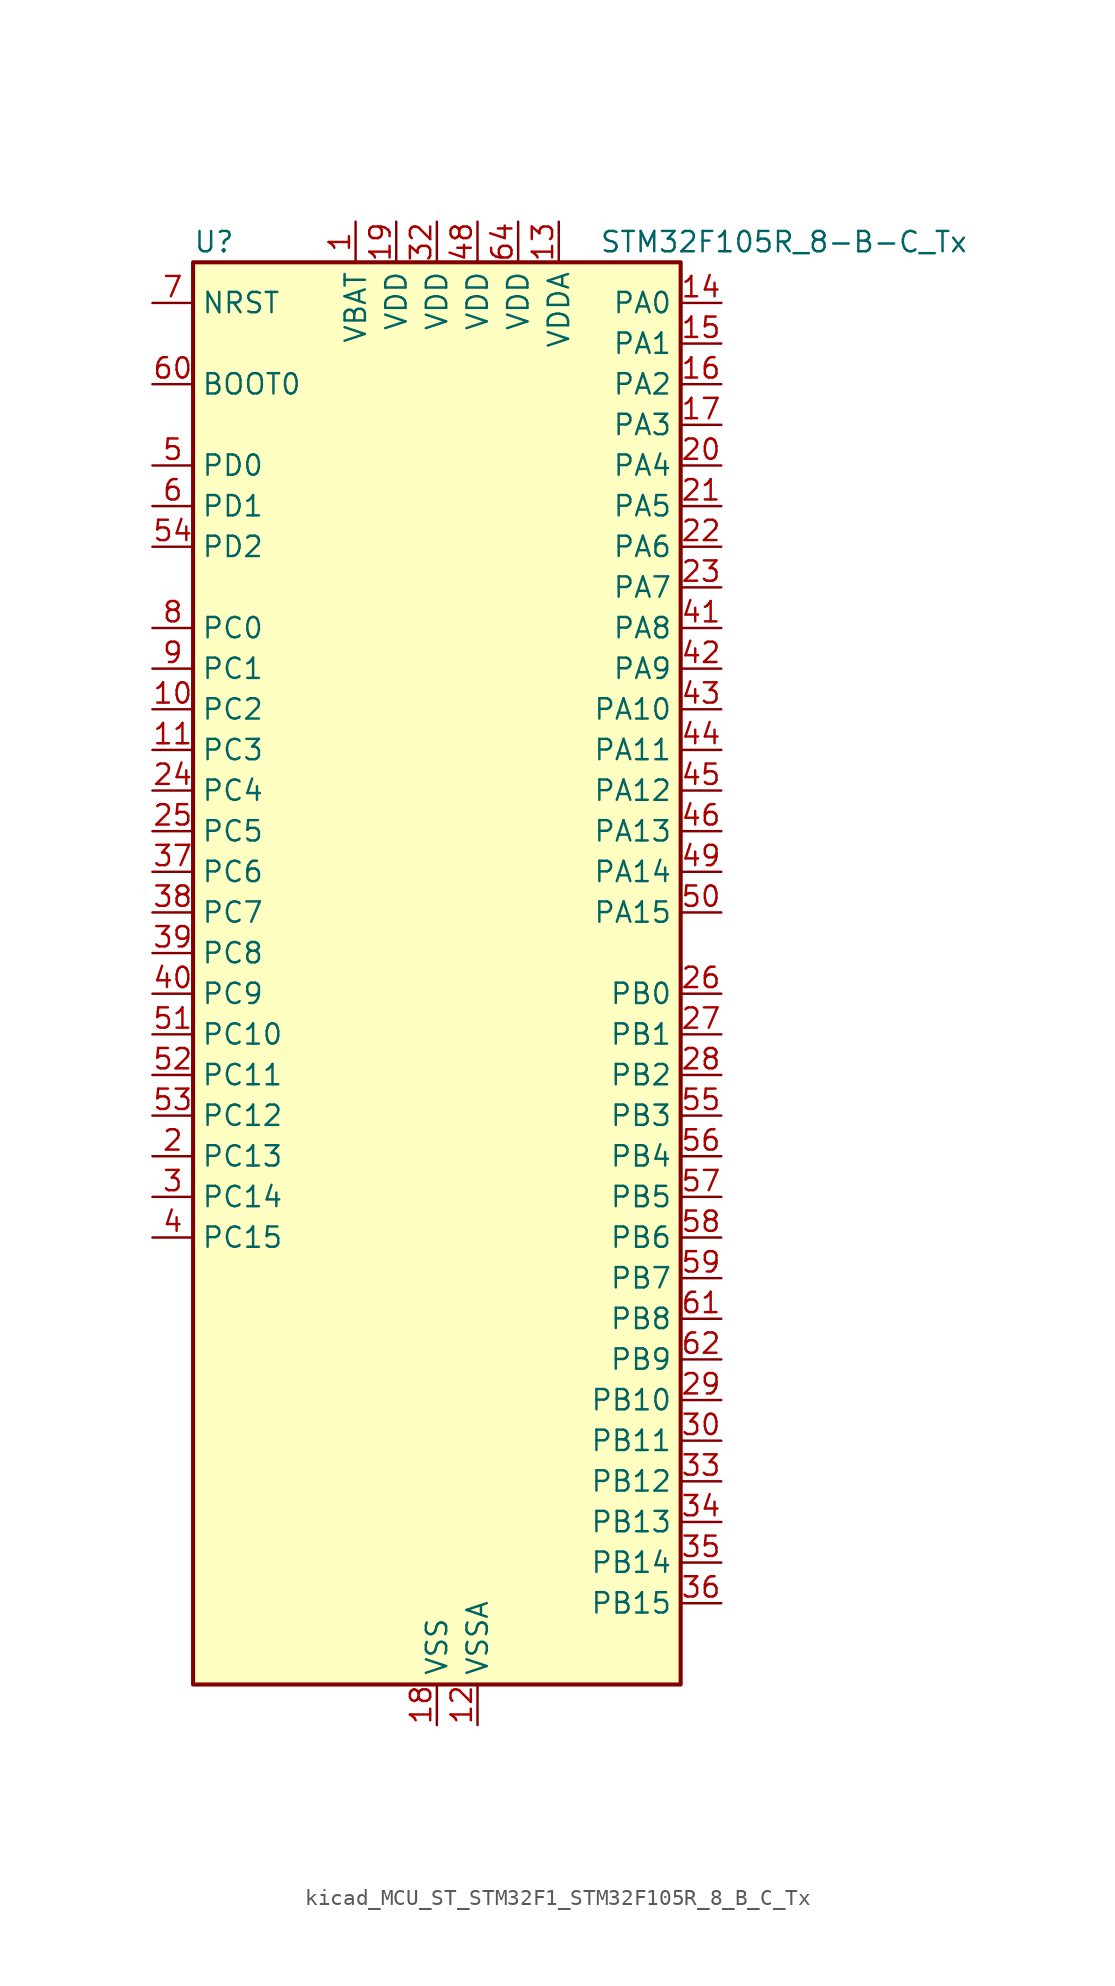
<source format=kicad_sym>
(kicad_symbol_lib
  (version 20220914)
  (generator kicad_symbol_editor)
  (symbol "kicad_MCU_ST_STM32F1_STM32F105R_8_B_C_Tx"
    (property "Reference" "U"
      (at -15.24 46.99 0)
      (effects (font (size 1.27 1.27)) (justify left)))
    (property "Value" "STM32F105R_8-B-C_Tx"
      (at 10.16 46.99 0)
      (effects (font (size 1.27 1.27)) (justify left)))
    (property "ki_locked" ""
      (at 0 0 0)
      (effects (font (size 1.27 1.27))))
    (symbol "kicad_MCU_ST_STM32F1_STM32F105R_8_B_C_Tx_0_1"
      (rectangle (start -15.24 -43.18) (end 15.24 45.72) (stroke (width 0.254) (type default)) (fill (type background))))
    (symbol "kicad_MCU_ST_STM32F1_STM32F105R_8_B_C_Tx_1_1"
      (pin power_in line (at -5.08 48.26 270) (length 2.54) (name "VBAT" (effects (font (size 1.27 1.27)))) (number "1" (effects (font (size 1.27 1.27)))))
      (pin bidirectional line (at -17.78 17.78 0) (length 2.54) (name "PC2" (effects (font (size 1.27 1.27)))) (number "10" (effects (font (size 1.27 1.27)))) (alternate "ADC1_IN12" bidirectional line) (alternate "ADC2_IN12" bidirectional line))
      (pin bidirectional line (at -17.78 15.24 0) (length 2.54) (name "PC3" (effects (font (size 1.27 1.27)))) (number "11" (effects (font (size 1.27 1.27)))) (alternate "ADC1_IN13" bidirectional line) (alternate "ADC2_IN13" bidirectional line))
      (pin power_in line (at 2.54 -45.72 90) (length 2.54) (name "VSSA" (effects (font (size 1.27 1.27)))) (number "12" (effects (font (size 1.27 1.27)))))
      (pin power_in line (at 7.62 48.26 270) (length 2.54) (name "VDDA" (effects (font (size 1.27 1.27)))) (number "13" (effects (font (size 1.27 1.27)))))
      (pin bidirectional line (at 17.78 43.18 180) (length 2.54) (name "PA0" (effects (font (size 1.27 1.27)))) (number "14" (effects (font (size 1.27 1.27)))) (alternate "ADC1_IN0" bidirectional line) (alternate "ADC2_IN0" bidirectional line) (alternate "SYS_WKUP" bidirectional line) (alternate "TIM2_CH1" bidirectional line) (alternate "TIM2_ETR" bidirectional line) (alternate "TIM5_CH1" bidirectional line) (alternate "USART2_CTS" bidirectional line))
      (pin bidirectional line (at 17.78 40.64 180) (length 2.54) (name "PA1" (effects (font (size 1.27 1.27)))) (number "15" (effects (font (size 1.27 1.27)))) (alternate "ADC1_IN1" bidirectional line) (alternate "ADC2_IN1" bidirectional line) (alternate "TIM2_CH2" bidirectional line) (alternate "TIM5_CH2" bidirectional line) (alternate "USART2_RTS" bidirectional line))
      (pin bidirectional line (at 17.78 38.1 180) (length 2.54) (name "PA2" (effects (font (size 1.27 1.27)))) (number "16" (effects (font (size 1.27 1.27)))) (alternate "ADC1_IN2" bidirectional line) (alternate "ADC2_IN2" bidirectional line) (alternate "TIM2_CH3" bidirectional line) (alternate "TIM5_CH3" bidirectional line) (alternate "USART2_TX" bidirectional line))
      (pin bidirectional line (at 17.78 35.56 180) (length 2.54) (name "PA3" (effects (font (size 1.27 1.27)))) (number "17" (effects (font (size 1.27 1.27)))) (alternate "ADC1_IN3" bidirectional line) (alternate "ADC2_IN3" bidirectional line) (alternate "TIM2_CH4" bidirectional line) (alternate "TIM5_CH4" bidirectional line) (alternate "USART2_RX" bidirectional line))
      (pin power_in line (at 0 -45.72 90) (length 2.54) (name "VSS" (effects (font (size 1.27 1.27)))) (number "18" (effects (font (size 1.27 1.27)))))
      (pin power_in line (at -2.54 48.26 270) (length 2.54) (name "VDD" (effects (font (size 1.27 1.27)))) (number "19" (effects (font (size 1.27 1.27)))))
      (pin bidirectional line (at -17.78 -10.16 0) (length 2.54) (name "PC13" (effects (font (size 1.27 1.27)))) (number "2" (effects (font (size 1.27 1.27)))) (alternate "RTC_OUT" bidirectional line) (alternate "RTC_TAMPER" bidirectional line))
      (pin bidirectional line (at 17.78 33.02 180) (length 2.54) (name "PA4" (effects (font (size 1.27 1.27)))) (number "20" (effects (font (size 1.27 1.27)))) (alternate "ADC1_IN4" bidirectional line) (alternate "ADC2_IN4" bidirectional line) (alternate "DAC_OUT1" bidirectional line) (alternate "I2S3_WS" bidirectional line) (alternate "SPI1_NSS" bidirectional line) (alternate "SPI3_NSS" bidirectional line) (alternate "USART2_CK" bidirectional line))
      (pin bidirectional line (at 17.78 30.48 180) (length 2.54) (name "PA5" (effects (font (size 1.27 1.27)))) (number "21" (effects (font (size 1.27 1.27)))) (alternate "ADC1_IN5" bidirectional line) (alternate "ADC2_IN5" bidirectional line) (alternate "DAC_OUT2" bidirectional line) (alternate "SPI1_SCK" bidirectional line))
      (pin bidirectional line (at 17.78 27.94 180) (length 2.54) (name "PA6" (effects (font (size 1.27 1.27)))) (number "22" (effects (font (size 1.27 1.27)))) (alternate "ADC1_IN6" bidirectional line) (alternate "ADC2_IN6" bidirectional line) (alternate "SPI1_MISO" bidirectional line) (alternate "TIM1_BKIN" bidirectional line) (alternate "TIM3_CH1" bidirectional line))
      (pin bidirectional line (at 17.78 25.4 180) (length 2.54) (name "PA7" (effects (font (size 1.27 1.27)))) (number "23" (effects (font (size 1.27 1.27)))) (alternate "ADC1_IN7" bidirectional line) (alternate "ADC2_IN7" bidirectional line) (alternate "SPI1_MOSI" bidirectional line) (alternate "TIM1_CH1N" bidirectional line) (alternate "TIM3_CH2" bidirectional line))
      (pin bidirectional line (at -17.78 12.7 0) (length 2.54) (name "PC4" (effects (font (size 1.27 1.27)))) (number "24" (effects (font (size 1.27 1.27)))) (alternate "ADC1_IN14" bidirectional line) (alternate "ADC2_IN14" bidirectional line))
      (pin bidirectional line (at -17.78 10.16 0) (length 2.54) (name "PC5" (effects (font (size 1.27 1.27)))) (number "25" (effects (font (size 1.27 1.27)))) (alternate "ADC1_IN15" bidirectional line) (alternate "ADC2_IN15" bidirectional line))
      (pin bidirectional line (at 17.78 0 180) (length 2.54) (name "PB0" (effects (font (size 1.27 1.27)))) (number "26" (effects (font (size 1.27 1.27)))) (alternate "ADC1_IN8" bidirectional line) (alternate "ADC2_IN8" bidirectional line) (alternate "TIM1_CH2N" bidirectional line) (alternate "TIM3_CH3" bidirectional line))
      (pin bidirectional line (at 17.78 -2.54 180) (length 2.54) (name "PB1" (effects (font (size 1.27 1.27)))) (number "27" (effects (font (size 1.27 1.27)))) (alternate "ADC1_IN9" bidirectional line) (alternate "ADC2_IN9" bidirectional line) (alternate "TIM1_CH3N" bidirectional line) (alternate "TIM3_CH4" bidirectional line))
      (pin bidirectional line (at 17.78 -5.08 180) (length 2.54) (name "PB2" (effects (font (size 1.27 1.27)))) (number "28" (effects (font (size 1.27 1.27)))))
      (pin bidirectional line (at 17.78 -25.4 180) (length 2.54) (name "PB10" (effects (font (size 1.27 1.27)))) (number "29" (effects (font (size 1.27 1.27)))) (alternate "I2C2_SCL" bidirectional line) (alternate "TIM2_CH3" bidirectional line) (alternate "USART3_TX" bidirectional line))
      (pin bidirectional line (at -17.78 -12.7 0) (length 2.54) (name "PC14" (effects (font (size 1.27 1.27)))) (number "3" (effects (font (size 1.27 1.27)))) (alternate "RCC_OSC32_IN" bidirectional line))
      (pin bidirectional line (at 17.78 -27.94 180) (length 2.54) (name "PB11" (effects (font (size 1.27 1.27)))) (number "30" (effects (font (size 1.27 1.27)))) (alternate "ADC1_EXTI11" bidirectional line) (alternate "ADC2_EXTI11" bidirectional line) (alternate "I2C2_SDA" bidirectional line) (alternate "TIM2_CH4" bidirectional line) (alternate "USART3_RX" bidirectional line))
      (pin passive line (at 0 -45.72 90) (length 2.54) hide (name "VSS" (effects (font (size 1.27 1.27)))) (number "31" (effects (font (size 1.27 1.27)))))
      (pin power_in line (at 0 48.26 270) (length 2.54) (name "VDD" (effects (font (size 1.27 1.27)))) (number "32" (effects (font (size 1.27 1.27)))))
      (pin bidirectional line (at 17.78 -30.48 180) (length 2.54) (name "PB12" (effects (font (size 1.27 1.27)))) (number "33" (effects (font (size 1.27 1.27)))) (alternate "CAN2_RX" bidirectional line) (alternate "I2C2_SMBA" bidirectional line) (alternate "I2S2_WS" bidirectional line) (alternate "SPI2_NSS" bidirectional line) (alternate "TIM1_BKIN" bidirectional line) (alternate "USART3_CK" bidirectional line))
      (pin bidirectional line (at 17.78 -33.02 180) (length 2.54) (name "PB13" (effects (font (size 1.27 1.27)))) (number "34" (effects (font (size 1.27 1.27)))) (alternate "CAN2_TX" bidirectional line) (alternate "I2S2_CK" bidirectional line) (alternate "SPI2_SCK" bidirectional line) (alternate "TIM1_CH1N" bidirectional line) (alternate "USART3_CTS" bidirectional line))
      (pin bidirectional line (at 17.78 -35.56 180) (length 2.54) (name "PB14" (effects (font (size 1.27 1.27)))) (number "35" (effects (font (size 1.27 1.27)))) (alternate "SPI2_MISO" bidirectional line) (alternate "TIM1_CH2N" bidirectional line) (alternate "USART3_RTS" bidirectional line))
      (pin bidirectional line (at 17.78 -38.1 180) (length 2.54) (name "PB15" (effects (font (size 1.27 1.27)))) (number "36" (effects (font (size 1.27 1.27)))) (alternate "ADC1_EXTI15" bidirectional line) (alternate "ADC2_EXTI15" bidirectional line) (alternate "I2S2_SD" bidirectional line) (alternate "SPI2_MOSI" bidirectional line) (alternate "TIM1_CH3N" bidirectional line))
      (pin bidirectional line (at -17.78 7.62 0) (length 2.54) (name "PC6" (effects (font (size 1.27 1.27)))) (number "37" (effects (font (size 1.27 1.27)))) (alternate "I2S2_MCK" bidirectional line) (alternate "TIM3_CH1" bidirectional line))
      (pin bidirectional line (at -17.78 5.08 0) (length 2.54) (name "PC7" (effects (font (size 1.27 1.27)))) (number "38" (effects (font (size 1.27 1.27)))) (alternate "I2S3_MCK" bidirectional line) (alternate "TIM3_CH2" bidirectional line))
      (pin bidirectional line (at -17.78 2.54 0) (length 2.54) (name "PC8" (effects (font (size 1.27 1.27)))) (number "39" (effects (font (size 1.27 1.27)))) (alternate "TIM3_CH3" bidirectional line))
      (pin bidirectional line (at -17.78 -15.24 0) (length 2.54) (name "PC15" (effects (font (size 1.27 1.27)))) (number "4" (effects (font (size 1.27 1.27)))) (alternate "ADC1_EXTI15" bidirectional line) (alternate "ADC2_EXTI15" bidirectional line) (alternate "RCC_OSC32_OUT" bidirectional line))
      (pin bidirectional line (at -17.78 0 0) (length 2.54) (name "PC9" (effects (font (size 1.27 1.27)))) (number "40" (effects (font (size 1.27 1.27)))) (alternate "DAC_EXTI9" bidirectional line) (alternate "TIM3_CH4" bidirectional line))
      (pin bidirectional line (at 17.78 22.86 180) (length 2.54) (name "PA8" (effects (font (size 1.27 1.27)))) (number "41" (effects (font (size 1.27 1.27)))) (alternate "RCC_MCO" bidirectional line) (alternate "TIM1_CH1" bidirectional line) (alternate "USART1_CK" bidirectional line) (alternate "USB_OTG_FS_SOF" bidirectional line))
      (pin bidirectional line (at 17.78 20.32 180) (length 2.54) (name "PA9" (effects (font (size 1.27 1.27)))) (number "42" (effects (font (size 1.27 1.27)))) (alternate "DAC_EXTI9" bidirectional line) (alternate "TIM1_CH2" bidirectional line) (alternate "USART1_TX" bidirectional line) (alternate "USB_OTG_FS_VBUS" bidirectional line))
      (pin bidirectional line (at 17.78 17.78 180) (length 2.54) (name "PA10" (effects (font (size 1.27 1.27)))) (number "43" (effects (font (size 1.27 1.27)))) (alternate "TIM1_CH3" bidirectional line) (alternate "USART1_RX" bidirectional line) (alternate "USB_OTG_FS_ID" bidirectional line))
      (pin bidirectional line (at 17.78 15.24 180) (length 2.54) (name "PA11" (effects (font (size 1.27 1.27)))) (number "44" (effects (font (size 1.27 1.27)))) (alternate "ADC1_EXTI11" bidirectional line) (alternate "ADC2_EXTI11" bidirectional line) (alternate "CAN1_RX" bidirectional line) (alternate "TIM1_CH4" bidirectional line) (alternate "USART1_CTS" bidirectional line) (alternate "USB_OTG_FS_DM" bidirectional line))
      (pin bidirectional line (at 17.78 12.7 180) (length 2.54) (name "PA12" (effects (font (size 1.27 1.27)))) (number "45" (effects (font (size 1.27 1.27)))) (alternate "CAN1_TX" bidirectional line) (alternate "TIM1_ETR" bidirectional line) (alternate "USART1_RTS" bidirectional line) (alternate "USB_OTG_FS_DP" bidirectional line))
      (pin bidirectional line (at 17.78 10.16 180) (length 2.54) (name "PA13" (effects (font (size 1.27 1.27)))) (number "46" (effects (font (size 1.27 1.27)))) (alternate "SYS_JTMS-SWDIO" bidirectional line))
      (pin passive line (at 0 -45.72 90) (length 2.54) hide (name "VSS" (effects (font (size 1.27 1.27)))) (number "47" (effects (font (size 1.27 1.27)))))
      (pin power_in line (at 2.54 48.26 270) (length 2.54) (name "VDD" (effects (font (size 1.27 1.27)))) (number "48" (effects (font (size 1.27 1.27)))))
      (pin bidirectional line (at 17.78 7.62 180) (length 2.54) (name "PA14" (effects (font (size 1.27 1.27)))) (number "49" (effects (font (size 1.27 1.27)))) (alternate "SYS_JTCK-SWCLK" bidirectional line))
      (pin bidirectional line (at -17.78 33.02 0) (length 2.54) (name "PD0" (effects (font (size 1.27 1.27)))) (number "5" (effects (font (size 1.27 1.27)))) (alternate "RCC_OSC_IN" bidirectional line))
      (pin bidirectional line (at 17.78 5.08 180) (length 2.54) (name "PA15" (effects (font (size 1.27 1.27)))) (number "50" (effects (font (size 1.27 1.27)))) (alternate "ADC1_EXTI15" bidirectional line) (alternate "ADC2_EXTI15" bidirectional line) (alternate "I2S3_WS" bidirectional line) (alternate "SPI1_NSS" bidirectional line) (alternate "SPI3_NSS" bidirectional line) (alternate "SYS_JTDI" bidirectional line) (alternate "TIM2_CH1" bidirectional line) (alternate "TIM2_ETR" bidirectional line))
      (pin bidirectional line (at -17.78 -2.54 0) (length 2.54) (name "PC10" (effects (font (size 1.27 1.27)))) (number "51" (effects (font (size 1.27 1.27)))) (alternate "I2S3_CK" bidirectional line) (alternate "SPI3_SCK" bidirectional line) (alternate "UART4_TX" bidirectional line) (alternate "USART3_TX" bidirectional line))
      (pin bidirectional line (at -17.78 -5.08 0) (length 2.54) (name "PC11" (effects (font (size 1.27 1.27)))) (number "52" (effects (font (size 1.27 1.27)))) (alternate "ADC1_EXTI11" bidirectional line) (alternate "ADC2_EXTI11" bidirectional line) (alternate "SPI3_MISO" bidirectional line) (alternate "UART4_RX" bidirectional line) (alternate "USART3_RX" bidirectional line))
      (pin bidirectional line (at -17.78 -7.62 0) (length 2.54) (name "PC12" (effects (font (size 1.27 1.27)))) (number "53" (effects (font (size 1.27 1.27)))) (alternate "I2S3_SD" bidirectional line) (alternate "SPI3_MOSI" bidirectional line) (alternate "UART5_TX" bidirectional line) (alternate "USART3_CK" bidirectional line))
      (pin bidirectional line (at -17.78 27.94 0) (length 2.54) (name "PD2" (effects (font (size 1.27 1.27)))) (number "54" (effects (font (size 1.27 1.27)))) (alternate "TIM3_ETR" bidirectional line) (alternate "UART5_RX" bidirectional line))
      (pin bidirectional line (at 17.78 -7.62 180) (length 2.54) (name "PB3" (effects (font (size 1.27 1.27)))) (number "55" (effects (font (size 1.27 1.27)))) (alternate "I2S3_CK" bidirectional line) (alternate "SPI1_SCK" bidirectional line) (alternate "SPI3_SCK" bidirectional line) (alternate "SYS_JTDO" bidirectional line) (alternate "SYS_TRACESWO" bidirectional line) (alternate "TIM2_CH2" bidirectional line))
      (pin bidirectional line (at 17.78 -10.16 180) (length 2.54) (name "PB4" (effects (font (size 1.27 1.27)))) (number "56" (effects (font (size 1.27 1.27)))) (alternate "SPI1_MISO" bidirectional line) (alternate "SPI3_MISO" bidirectional line) (alternate "SYS_NJTRST" bidirectional line) (alternate "TIM3_CH1" bidirectional line))
      (pin bidirectional line (at 17.78 -12.7 180) (length 2.54) (name "PB5" (effects (font (size 1.27 1.27)))) (number "57" (effects (font (size 1.27 1.27)))) (alternate "CAN2_RX" bidirectional line) (alternate "I2C1_SMBA" bidirectional line) (alternate "I2S3_SD" bidirectional line) (alternate "SPI1_MOSI" bidirectional line) (alternate "SPI3_MOSI" bidirectional line) (alternate "TIM3_CH2" bidirectional line))
      (pin bidirectional line (at 17.78 -15.24 180) (length 2.54) (name "PB6" (effects (font (size 1.27 1.27)))) (number "58" (effects (font (size 1.27 1.27)))) (alternate "CAN2_TX" bidirectional line) (alternate "I2C1_SCL" bidirectional line) (alternate "TIM4_CH1" bidirectional line) (alternate "USART1_TX" bidirectional line))
      (pin bidirectional line (at 17.78 -17.78 180) (length 2.54) (name "PB7" (effects (font (size 1.27 1.27)))) (number "59" (effects (font (size 1.27 1.27)))) (alternate "I2C1_SDA" bidirectional line) (alternate "TIM4_CH2" bidirectional line) (alternate "USART1_RX" bidirectional line))
      (pin bidirectional line (at -17.78 30.48 0) (length 2.54) (name "PD1" (effects (font (size 1.27 1.27)))) (number "6" (effects (font (size 1.27 1.27)))) (alternate "RCC_OSC_OUT" bidirectional line))
      (pin input line (at -17.78 38.1 0) (length 2.54) (name "BOOT0" (effects (font (size 1.27 1.27)))) (number "60" (effects (font (size 1.27 1.27)))))
      (pin bidirectional line (at 17.78 -20.32 180) (length 2.54) (name "PB8" (effects (font (size 1.27 1.27)))) (number "61" (effects (font (size 1.27 1.27)))) (alternate "CAN1_RX" bidirectional line) (alternate "I2C1_SCL" bidirectional line) (alternate "TIM4_CH3" bidirectional line))
      (pin bidirectional line (at 17.78 -22.86 180) (length 2.54) (name "PB9" (effects (font (size 1.27 1.27)))) (number "62" (effects (font (size 1.27 1.27)))) (alternate "CAN1_TX" bidirectional line) (alternate "DAC_EXTI9" bidirectional line) (alternate "I2C1_SDA" bidirectional line) (alternate "TIM4_CH4" bidirectional line))
      (pin passive line (at 0 -45.72 90) (length 2.54) hide (name "VSS" (effects (font (size 1.27 1.27)))) (number "63" (effects (font (size 1.27 1.27)))))
      (pin power_in line (at 5.08 48.26 270) (length 2.54) (name "VDD" (effects (font (size 1.27 1.27)))) (number "64" (effects (font (size 1.27 1.27)))))
      (pin input line (at -17.78 43.18 0) (length 2.54) (name "NRST" (effects (font (size 1.27 1.27)))) (number "7" (effects (font (size 1.27 1.27)))))
      (pin bidirectional line (at -17.78 22.86 0) (length 2.54) (name "PC0" (effects (font (size 1.27 1.27)))) (number "8" (effects (font (size 1.27 1.27)))) (alternate "ADC1_IN10" bidirectional line) (alternate "ADC2_IN10" bidirectional line))
      (pin bidirectional line (at -17.78 20.32 0) (length 2.54) (name "PC1" (effects (font (size 1.27 1.27)))) (number "9" (effects (font (size 1.27 1.27)))) (alternate "ADC1_IN11" bidirectional line) (alternate "ADC2_IN11" bidirectional line)))))
</source>
